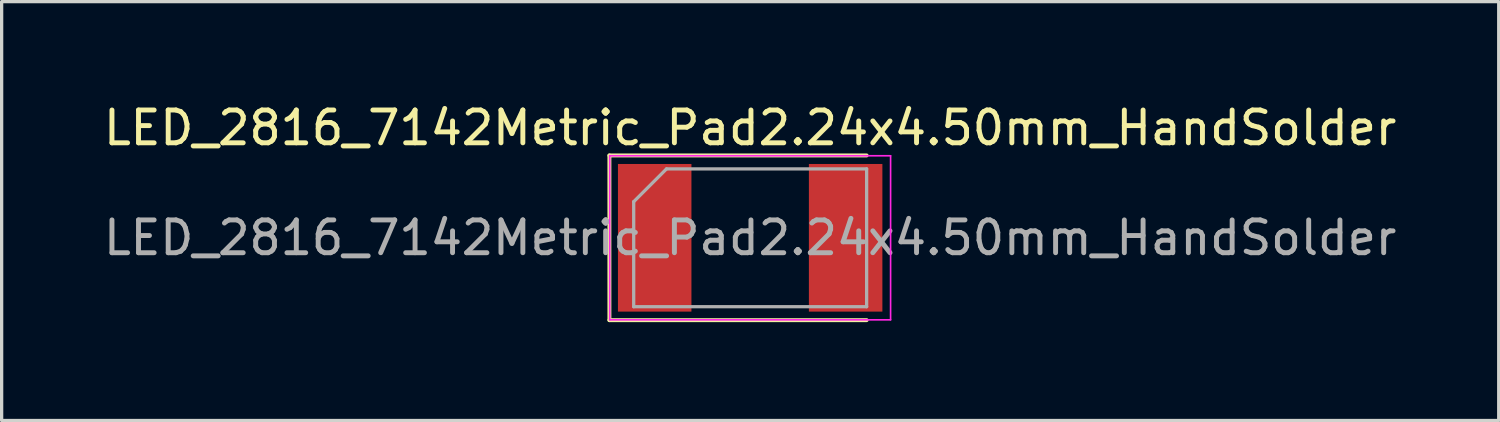
<source format=kicad_pcb>
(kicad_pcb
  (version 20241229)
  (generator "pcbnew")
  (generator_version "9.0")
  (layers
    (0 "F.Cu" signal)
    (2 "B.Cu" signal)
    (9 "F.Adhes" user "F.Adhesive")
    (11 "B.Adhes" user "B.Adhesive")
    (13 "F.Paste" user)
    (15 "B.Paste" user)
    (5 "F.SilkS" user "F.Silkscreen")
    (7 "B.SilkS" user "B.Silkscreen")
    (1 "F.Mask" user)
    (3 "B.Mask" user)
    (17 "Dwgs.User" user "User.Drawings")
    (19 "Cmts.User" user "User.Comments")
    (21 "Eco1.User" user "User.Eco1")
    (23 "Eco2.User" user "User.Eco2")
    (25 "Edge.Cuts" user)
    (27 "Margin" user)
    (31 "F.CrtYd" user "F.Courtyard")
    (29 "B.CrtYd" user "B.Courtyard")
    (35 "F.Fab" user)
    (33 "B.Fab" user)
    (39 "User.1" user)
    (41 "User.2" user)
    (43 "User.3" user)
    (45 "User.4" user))
  (footprint "LED_2816_7142Metric_Pad2.24x4.50mm_HandSolder"
    (layer "F.Cu")
    (at 19.815 4.198)
    (property "Reference" "LED_2816_7142Metric_Pad2.24x4.50mm_HandSolder" (at 0 -3.35 0) (layer "F.SilkS") (effects (font (size 1 1) (thickness 0.15))))
    (attr smd)
    (fp_line (start -4.29 -2.51) (end -4.29 2.51) (stroke (width 0.12) (type solid)) (layer "F.SilkS"))
    (fp_line (start -4.29 2.51) (end 3.55 2.51) (stroke (width 0.12) (type solid)) (layer "F.SilkS"))
    (fp_line (start 3.55 -2.51) (end -4.29 -2.51) (stroke (width 0.12) (type solid)) (layer "F.SilkS"))
    (fp_line (start -4.28 -2.5) (end 4.28 -2.5) (stroke (width 0.05) (type solid)) (layer "F.CrtYd"))
    (fp_line (start -4.28 2.5) (end -4.28 -2.5) (stroke (width 0.05) (type solid)) (layer "F.CrtYd"))
    (fp_line (start 4.28 -2.5) (end 4.28 2.5) (stroke (width 0.05) (type solid)) (layer "F.CrtYd"))
    (fp_line (start 4.28 2.5) (end -4.28 2.5) (stroke (width 0.05) (type solid)) (layer "F.CrtYd"))
    (fp_line (start -3.55 -1.1) (end -3.55 2.1) (stroke (width 0.1) (type solid)) (layer "F.Fab"))
    (fp_line (start -3.55 2.1) (end 3.55 2.1) (stroke (width 0.1) (type solid)) (layer "F.Fab"))
    (fp_line (start -2.55 -2.1) (end -3.55 -1.1) (stroke (width 0.1) (type solid)) (layer "F.Fab"))
    (fp_line (start 3.55 -2.1) (end -2.55 -2.1) (stroke (width 0.1) (type solid)) (layer "F.Fab"))
    (fp_line (start 3.55 2.1) (end 3.55 -2.1) (stroke (width 0.1) (type solid)) (layer "F.Fab"))
    (fp_text user "${REFERENCE}" (at 0 0 0) (layer "F.Fab") (effects (font (size 1 1) (thickness 0.15))))
    (pad "1" smd rect (at -2.91 0) (size 2.24 4.5) (layers "F.Cu" "F.Mask" "F.Paste"))
    (pad "2" smd rect (at 2.91 0) (size 2.24 4.5) (layers "F.Cu" "F.Mask" "F.Paste")))
  (gr_rect
    (start -3 -3)
    (end 42.631 9.768)
    (stroke (width 0.1) (type default))
    (fill no)
    (layer "Edge.Cuts")))
</source>
